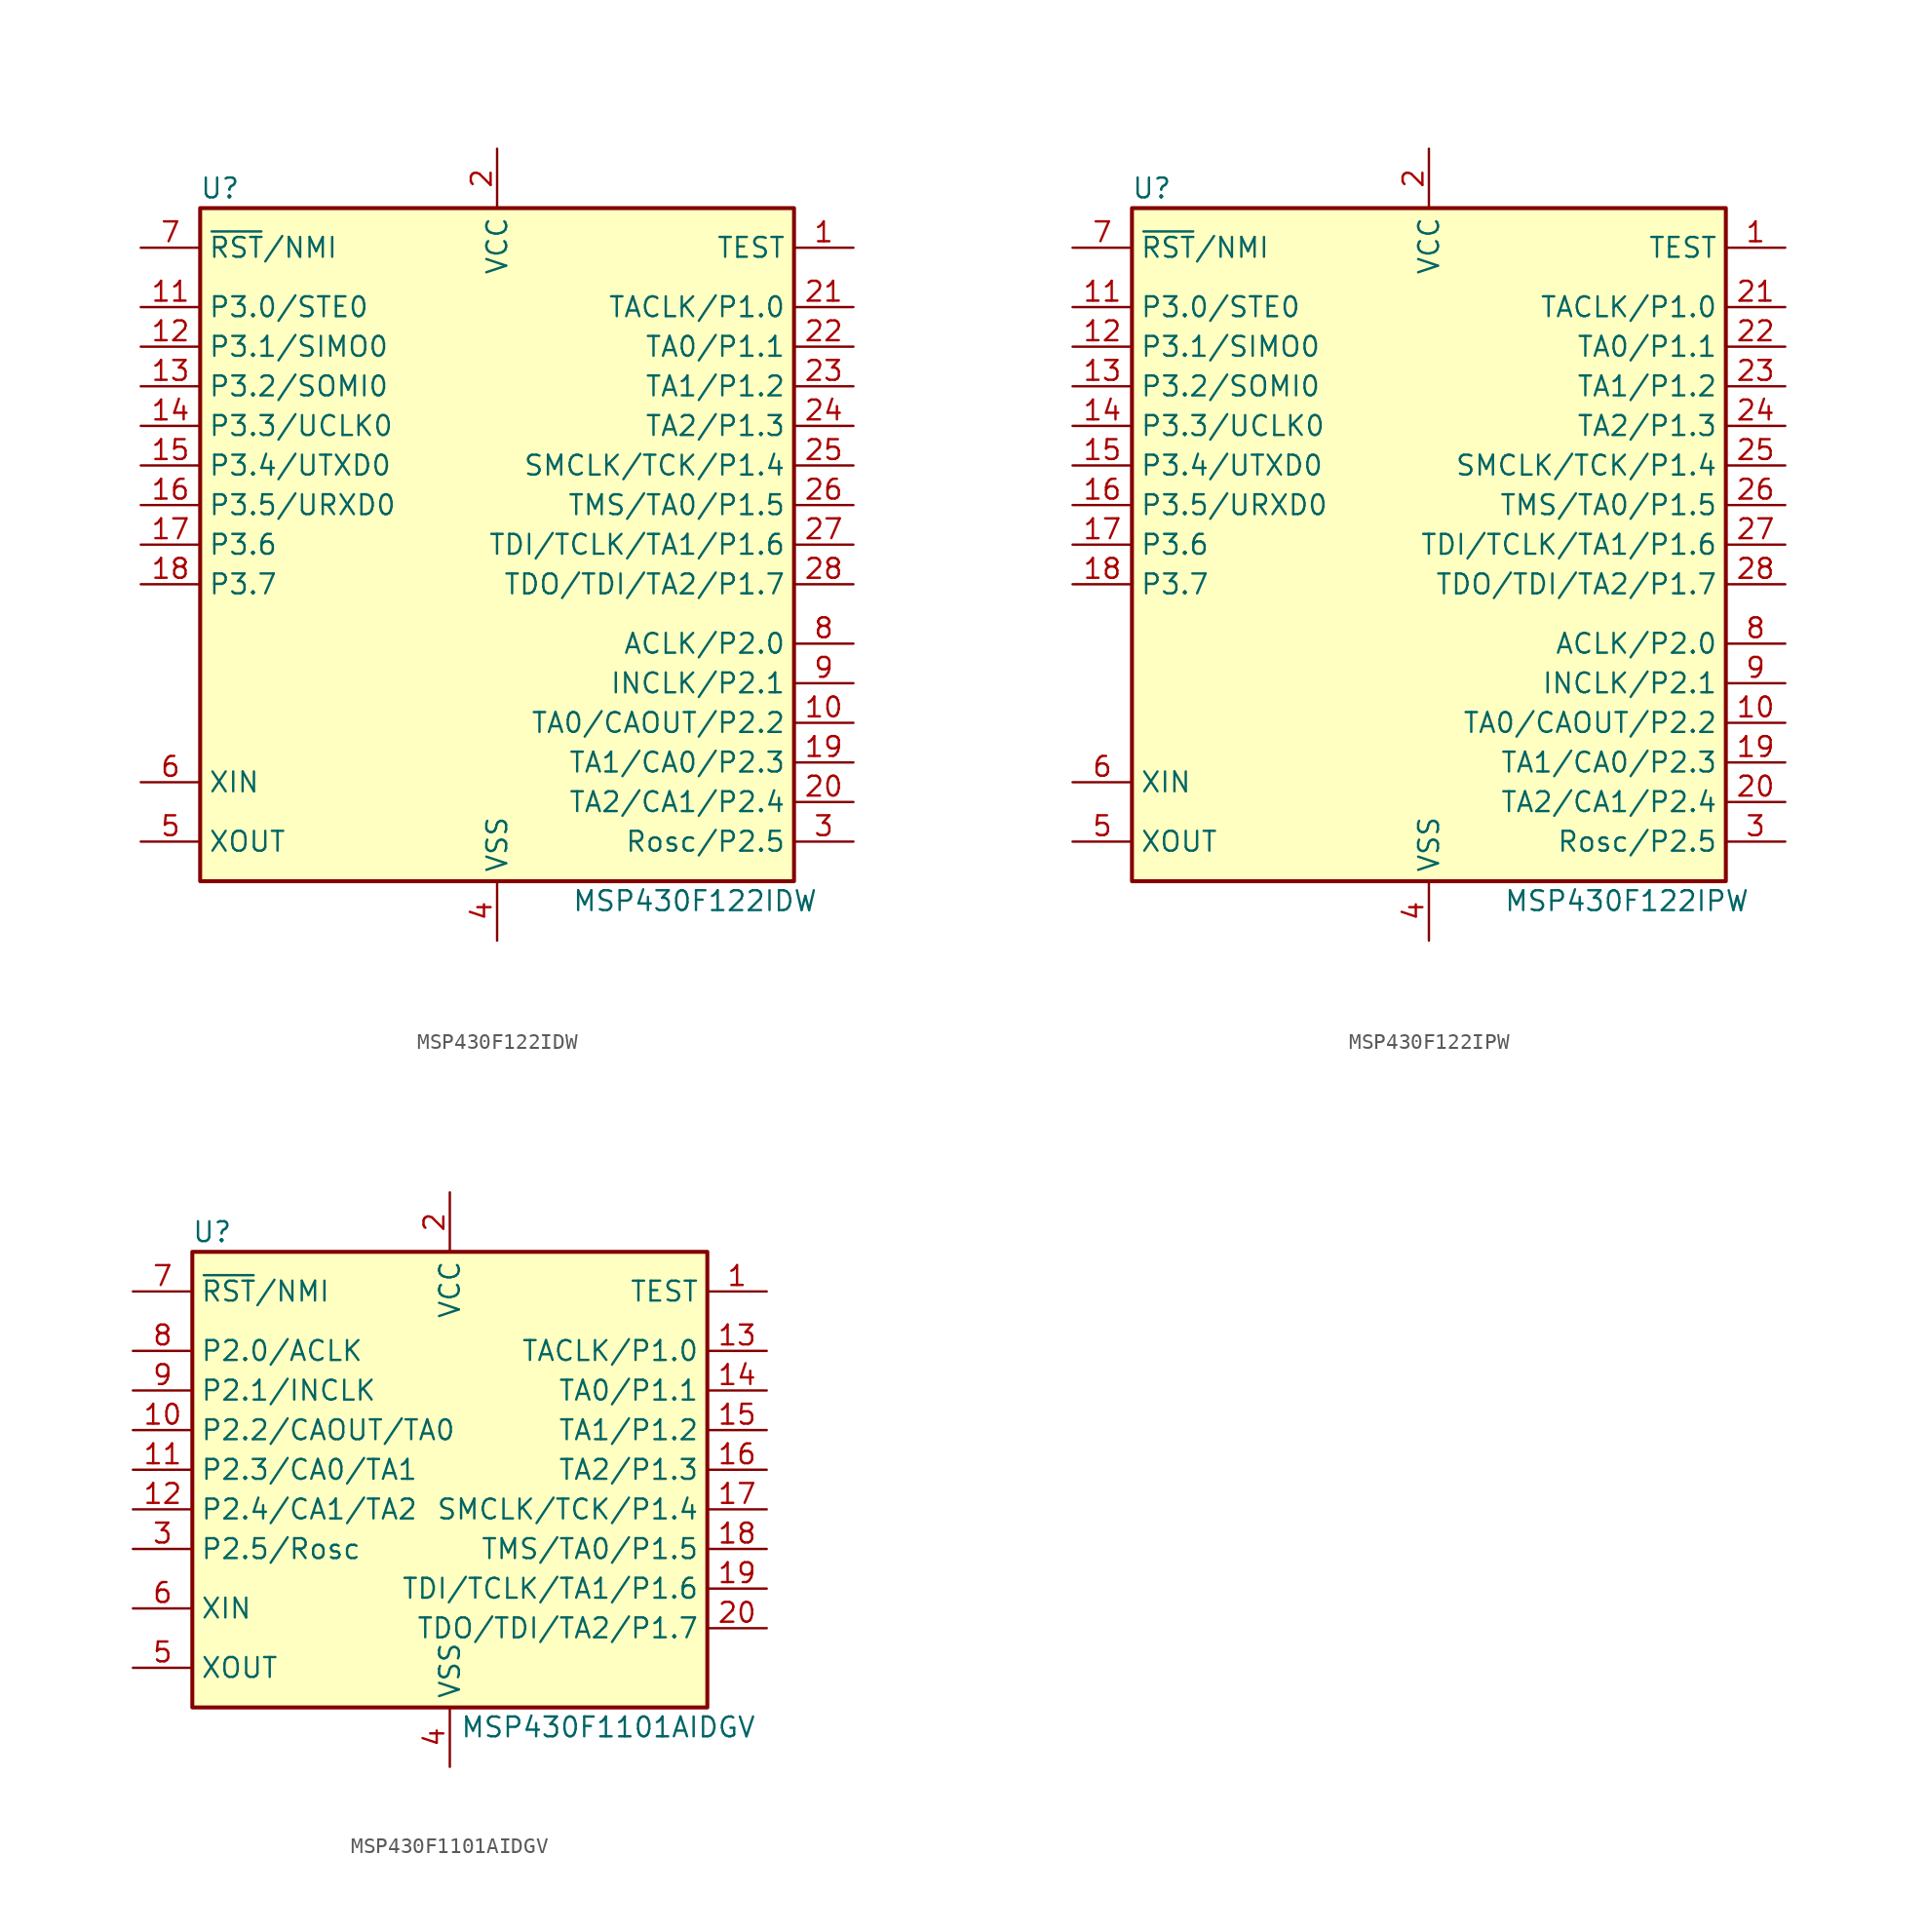
<source format=kicad_sym>
(kicad_symbol_lib
  (version 20231120)
  (generator "kicad_symbol_editor")
  (generator_version "8.0")
  (symbol "MSP430F122IDW"
    (property "Reference" "U"
      (at -17.78 22.86 0)
      (effects (font (size 1.27 1.27))))
    (property "Value" "MSP430F122IDW"
      (at 12.7 -22.86 0)
      (effects (font (size 1.27 1.27))))
    (symbol "MSP430F122IDW_0_1"
      (rectangle (start -19.05 21.59) (end 19.05 -21.59) (stroke (width 0.254) (type default)) (fill (type background))))
    (symbol "MSP430F122IDW_1_1"
      (pin input line (at 22.86 19.05 180) (length 3.81) (name "TEST" (effects (font (size 1.27 1.27)))) (number "1" (effects (font (size 1.27 1.27)))))
      (pin bidirectional line (at 22.86 -11.43 180) (length 3.81) (name "TA0/CAOUT/P2.2" (effects (font (size 1.27 1.27)))) (number "10" (effects (font (size 1.27 1.27)))))
      (pin bidirectional line (at -22.86 15.24 0) (length 3.81) (name "P3.0/STE0" (effects (font (size 1.27 1.27)))) (number "11" (effects (font (size 1.27 1.27)))))
      (pin bidirectional line (at -22.86 12.7 0) (length 3.81) (name "P3.1/SIMO0" (effects (font (size 1.27 1.27)))) (number "12" (effects (font (size 1.27 1.27)))))
      (pin bidirectional line (at -22.86 10.16 0) (length 3.81) (name "P3.2/SOMI0" (effects (font (size 1.27 1.27)))) (number "13" (effects (font (size 1.27 1.27)))))
      (pin bidirectional line (at -22.86 7.62 0) (length 3.81) (name "P3.3/UCLK0" (effects (font (size 1.27 1.27)))) (number "14" (effects (font (size 1.27 1.27)))))
      (pin bidirectional line (at -22.86 5.08 0) (length 3.81) (name "P3.4/UTXD0" (effects (font (size 1.27 1.27)))) (number "15" (effects (font (size 1.27 1.27)))))
      (pin bidirectional line (at -22.86 2.54 0) (length 3.81) (name "P3.5/URXD0" (effects (font (size 1.27 1.27)))) (number "16" (effects (font (size 1.27 1.27)))))
      (pin bidirectional line (at -22.86 0 0) (length 3.81) (name "P3.6" (effects (font (size 1.27 1.27)))) (number "17" (effects (font (size 1.27 1.27)))))
      (pin bidirectional line (at -22.86 -2.54 0) (length 3.81) (name "P3.7" (effects (font (size 1.27 1.27)))) (number "18" (effects (font (size 1.27 1.27)))))
      (pin bidirectional line (at 22.86 -13.97 180) (length 3.81) (name "TA1/CA0/P2.3" (effects (font (size 1.27 1.27)))) (number "19" (effects (font (size 1.27 1.27)))))
      (pin power_in line (at 0 25.4 270) (length 3.81) (name "VCC" (effects (font (size 1.27 1.27)))) (number "2" (effects (font (size 1.27 1.27)))))
      (pin bidirectional line (at 22.86 -16.51 180) (length 3.81) (name "TA2/CA1/P2.4" (effects (font (size 1.27 1.27)))) (number "20" (effects (font (size 1.27 1.27)))))
      (pin bidirectional line (at 22.86 15.24 180) (length 3.81) (name "TACLK/P1.0" (effects (font (size 1.27 1.27)))) (number "21" (effects (font (size 1.27 1.27)))))
      (pin bidirectional line (at 22.86 12.7 180) (length 3.81) (name "TA0/P1.1" (effects (font (size 1.27 1.27)))) (number "22" (effects (font (size 1.27 1.27)))))
      (pin bidirectional line (at 22.86 10.16 180) (length 3.81) (name "TA1/P1.2" (effects (font (size 1.27 1.27)))) (number "23" (effects (font (size 1.27 1.27)))))
      (pin bidirectional line (at 22.86 7.62 180) (length 3.81) (name "TA2/P1.3" (effects (font (size 1.27 1.27)))) (number "24" (effects (font (size 1.27 1.27)))))
      (pin bidirectional line (at 22.86 5.08 180) (length 3.81) (name "SMCLK/TCK/P1.4" (effects (font (size 1.27 1.27)))) (number "25" (effects (font (size 1.27 1.27)))))
      (pin bidirectional line (at 22.86 2.54 180) (length 3.81) (name "TMS/TA0/P1.5" (effects (font (size 1.27 1.27)))) (number "26" (effects (font (size 1.27 1.27)))))
      (pin bidirectional line (at 22.86 0 180) (length 3.81) (name "TDI/TCLK/TA1/P1.6" (effects (font (size 1.27 1.27)))) (number "27" (effects (font (size 1.27 1.27)))))
      (pin bidirectional line (at 22.86 -2.54 180) (length 3.81) (name "TDO/TDI/TA2/P1.7" (effects (font (size 1.27 1.27)))) (number "28" (effects (font (size 1.27 1.27)))))
      (pin bidirectional line (at 22.86 -19.05 180) (length 3.81) (name "Rosc/P2.5" (effects (font (size 1.27 1.27)))) (number "3" (effects (font (size 1.27 1.27)))))
      (pin power_in line (at 0 -25.4 90) (length 3.81) (name "VSS" (effects (font (size 1.27 1.27)))) (number "4" (effects (font (size 1.27 1.27)))))
      (pin output line (at -22.86 -19.05 0) (length 3.81) (name "XOUT" (effects (font (size 1.27 1.27)))) (number "5" (effects (font (size 1.27 1.27)))))
      (pin input line (at -22.86 -15.24 0) (length 3.81) (name "XIN" (effects (font (size 1.27 1.27)))) (number "6" (effects (font (size 1.27 1.27)))))
      (pin input line (at -22.86 19.05 0) (length 3.81) (name "~{RST}/NMI" (effects (font (size 1.27 1.27)))) (number "7" (effects (font (size 1.27 1.27)))))
      (pin bidirectional line (at 22.86 -6.35 180) (length 3.81) (name "ACLK/P2.0" (effects (font (size 1.27 1.27)))) (number "8" (effects (font (size 1.27 1.27)))))
      (pin bidirectional line (at 22.86 -8.89 180) (length 3.81) (name "INCLK/P2.1" (effects (font (size 1.27 1.27)))) (number "9" (effects (font (size 1.27 1.27)))))))
  (symbol "MSP430F122IPW"
    (property "Reference" "U"
      (at -17.78 22.86 0)
      (effects (font (size 1.27 1.27))))
    (property "Value" "MSP430F122IPW"
      (at 12.7 -22.86 0)
      (effects (font (size 1.27 1.27))))
    (symbol "MSP430F122IPW_0_1"
      (rectangle (start -19.05 21.59) (end 19.05 -21.59) (stroke (width 0.254) (type default)) (fill (type background))))
    (symbol "MSP430F122IPW_1_1"
      (pin input line (at 22.86 19.05 180) (length 3.81) (name "TEST" (effects (font (size 1.27 1.27)))) (number "1" (effects (font (size 1.27 1.27)))))
      (pin bidirectional line (at 22.86 -11.43 180) (length 3.81) (name "TA0/CAOUT/P2.2" (effects (font (size 1.27 1.27)))) (number "10" (effects (font (size 1.27 1.27)))))
      (pin bidirectional line (at -22.86 15.24 0) (length 3.81) (name "P3.0/STE0" (effects (font (size 1.27 1.27)))) (number "11" (effects (font (size 1.27 1.27)))))
      (pin bidirectional line (at -22.86 12.7 0) (length 3.81) (name "P3.1/SIMO0" (effects (font (size 1.27 1.27)))) (number "12" (effects (font (size 1.27 1.27)))))
      (pin bidirectional line (at -22.86 10.16 0) (length 3.81) (name "P3.2/SOMI0" (effects (font (size 1.27 1.27)))) (number "13" (effects (font (size 1.27 1.27)))))
      (pin bidirectional line (at -22.86 7.62 0) (length 3.81) (name "P3.3/UCLK0" (effects (font (size 1.27 1.27)))) (number "14" (effects (font (size 1.27 1.27)))))
      (pin bidirectional line (at -22.86 5.08 0) (length 3.81) (name "P3.4/UTXD0" (effects (font (size 1.27 1.27)))) (number "15" (effects (font (size 1.27 1.27)))))
      (pin bidirectional line (at -22.86 2.54 0) (length 3.81) (name "P3.5/URXD0" (effects (font (size 1.27 1.27)))) (number "16" (effects (font (size 1.27 1.27)))))
      (pin bidirectional line (at -22.86 0 0) (length 3.81) (name "P3.6" (effects (font (size 1.27 1.27)))) (number "17" (effects (font (size 1.27 1.27)))))
      (pin bidirectional line (at -22.86 -2.54 0) (length 3.81) (name "P3.7" (effects (font (size 1.27 1.27)))) (number "18" (effects (font (size 1.27 1.27)))))
      (pin bidirectional line (at 22.86 -13.97 180) (length 3.81) (name "TA1/CA0/P2.3" (effects (font (size 1.27 1.27)))) (number "19" (effects (font (size 1.27 1.27)))))
      (pin power_in line (at 0 25.4 270) (length 3.81) (name "VCC" (effects (font (size 1.27 1.27)))) (number "2" (effects (font (size 1.27 1.27)))))
      (pin bidirectional line (at 22.86 -16.51 180) (length 3.81) (name "TA2/CA1/P2.4" (effects (font (size 1.27 1.27)))) (number "20" (effects (font (size 1.27 1.27)))))
      (pin bidirectional line (at 22.86 15.24 180) (length 3.81) (name "TACLK/P1.0" (effects (font (size 1.27 1.27)))) (number "21" (effects (font (size 1.27 1.27)))))
      (pin bidirectional line (at 22.86 12.7 180) (length 3.81) (name "TA0/P1.1" (effects (font (size 1.27 1.27)))) (number "22" (effects (font (size 1.27 1.27)))))
      (pin bidirectional line (at 22.86 10.16 180) (length 3.81) (name "TA1/P1.2" (effects (font (size 1.27 1.27)))) (number "23" (effects (font (size 1.27 1.27)))))
      (pin bidirectional line (at 22.86 7.62 180) (length 3.81) (name "TA2/P1.3" (effects (font (size 1.27 1.27)))) (number "24" (effects (font (size 1.27 1.27)))))
      (pin bidirectional line (at 22.86 5.08 180) (length 3.81) (name "SMCLK/TCK/P1.4" (effects (font (size 1.27 1.27)))) (number "25" (effects (font (size 1.27 1.27)))))
      (pin bidirectional line (at 22.86 2.54 180) (length 3.81) (name "TMS/TA0/P1.5" (effects (font (size 1.27 1.27)))) (number "26" (effects (font (size 1.27 1.27)))))
      (pin bidirectional line (at 22.86 0 180) (length 3.81) (name "TDI/TCLK/TA1/P1.6" (effects (font (size 1.27 1.27)))) (number "27" (effects (font (size 1.27 1.27)))))
      (pin bidirectional line (at 22.86 -2.54 180) (length 3.81) (name "TDO/TDI/TA2/P1.7" (effects (font (size 1.27 1.27)))) (number "28" (effects (font (size 1.27 1.27)))))
      (pin bidirectional line (at 22.86 -19.05 180) (length 3.81) (name "Rosc/P2.5" (effects (font (size 1.27 1.27)))) (number "3" (effects (font (size 1.27 1.27)))))
      (pin power_in line (at 0 -25.4 90) (length 3.81) (name "VSS" (effects (font (size 1.27 1.27)))) (number "4" (effects (font (size 1.27 1.27)))))
      (pin output line (at -22.86 -19.05 0) (length 3.81) (name "XOUT" (effects (font (size 1.27 1.27)))) (number "5" (effects (font (size 1.27 1.27)))))
      (pin input line (at -22.86 -15.24 0) (length 3.81) (name "XIN" (effects (font (size 1.27 1.27)))) (number "6" (effects (font (size 1.27 1.27)))))
      (pin input line (at -22.86 19.05 0) (length 3.81) (name "~{RST}/NMI" (effects (font (size 1.27 1.27)))) (number "7" (effects (font (size 1.27 1.27)))))
      (pin bidirectional line (at 22.86 -6.35 180) (length 3.81) (name "ACLK/P2.0" (effects (font (size 1.27 1.27)))) (number "8" (effects (font (size 1.27 1.27)))))
      (pin bidirectional line (at 22.86 -8.89 180) (length 3.81) (name "INCLK/P2.1" (effects (font (size 1.27 1.27)))) (number "9" (effects (font (size 1.27 1.27)))))))
  (symbol "MSP430F1101AIDGV"
    (property "Reference" "U"
      (at -15.24 15.24 0)
      (effects (font (size 1.27 1.27))))
    (property "Value" "MSP430F1101AIDGV"
      (at 10.16 -16.51 0)
      (effects (font (size 1.27 1.27))))
    (symbol "MSP430F1101AIDGV_0_1"
      (rectangle (start -16.51 13.97) (end 16.51 -15.24) (stroke (width 0.254) (type default)) (fill (type background))))
    (symbol "MSP430F1101AIDGV_1_1"
      (pin input line (at 20.32 11.43 180) (length 3.81) (name "TEST" (effects (font (size 1.27 1.27)))) (number "1" (effects (font (size 1.27 1.27)))))
      (pin bidirectional line (at -20.32 2.54 0) (length 3.81) (name "P2.2/CAOUT/TA0" (effects (font (size 1.27 1.27)))) (number "10" (effects (font (size 1.27 1.27)))))
      (pin bidirectional line (at -20.32 0 0) (length 3.81) (name "P2.3/CA0/TA1" (effects (font (size 1.27 1.27)))) (number "11" (effects (font (size 1.27 1.27)))))
      (pin bidirectional line (at -20.32 -2.54 0) (length 3.81) (name "P2.4/CA1/TA2" (effects (font (size 1.27 1.27)))) (number "12" (effects (font (size 1.27 1.27)))))
      (pin bidirectional line (at 20.32 7.62 180) (length 3.81) (name "TACLK/P1.0" (effects (font (size 1.27 1.27)))) (number "13" (effects (font (size 1.27 1.27)))))
      (pin bidirectional line (at 20.32 5.08 180) (length 3.81) (name "TA0/P1.1" (effects (font (size 1.27 1.27)))) (number "14" (effects (font (size 1.27 1.27)))))
      (pin bidirectional line (at 20.32 2.54 180) (length 3.81) (name "TA1/P1.2" (effects (font (size 1.27 1.27)))) (number "15" (effects (font (size 1.27 1.27)))))
      (pin bidirectional line (at 20.32 0 180) (length 3.81) (name "TA2/P1.3" (effects (font (size 1.27 1.27)))) (number "16" (effects (font (size 1.27 1.27)))))
      (pin bidirectional line (at 20.32 -2.54 180) (length 3.81) (name "SMCLK/TCK/P1.4" (effects (font (size 1.27 1.27)))) (number "17" (effects (font (size 1.27 1.27)))))
      (pin bidirectional line (at 20.32 -5.08 180) (length 3.81) (name "TMS/TA0/P1.5" (effects (font (size 1.27 1.27)))) (number "18" (effects (font (size 1.27 1.27)))))
      (pin bidirectional line (at 20.32 -7.62 180) (length 3.81) (name "TDI/TCLK/TA1/P1.6" (effects (font (size 1.27 1.27)))) (number "19" (effects (font (size 1.27 1.27)))))
      (pin power_in line (at 0 17.78 270) (length 3.81) (name "VCC" (effects (font (size 1.27 1.27)))) (number "2" (effects (font (size 1.27 1.27)))))
      (pin bidirectional line (at 20.32 -10.16 180) (length 3.81) (name "TDO/TDI/TA2/P1.7" (effects (font (size 1.27 1.27)))) (number "20" (effects (font (size 1.27 1.27)))))
      (pin bidirectional line (at -20.32 -5.08 0) (length 3.81) (name "P2.5/Rosc" (effects (font (size 1.27 1.27)))) (number "3" (effects (font (size 1.27 1.27)))))
      (pin power_in line (at 0 -19.05 90) (length 3.81) (name "VSS" (effects (font (size 1.27 1.27)))) (number "4" (effects (font (size 1.27 1.27)))))
      (pin output line (at -20.32 -12.7 0) (length 3.81) (name "XOUT" (effects (font (size 1.27 1.27)))) (number "5" (effects (font (size 1.27 1.27)))))
      (pin input line (at -20.32 -8.89 0) (length 3.81) (name "XIN" (effects (font (size 1.27 1.27)))) (number "6" (effects (font (size 1.27 1.27)))))
      (pin input line (at -20.32 11.43 0) (length 3.81) (name "~{RST}/NMI" (effects (font (size 1.27 1.27)))) (number "7" (effects (font (size 1.27 1.27)))))
      (pin bidirectional line (at -20.32 7.62 0) (length 3.81) (name "P2.0/ACLK" (effects (font (size 1.27 1.27)))) (number "8" (effects (font (size 1.27 1.27)))))
      (pin bidirectional line (at -20.32 5.08 0) (length 3.81) (name "P2.1/INCLK" (effects (font (size 1.27 1.27)))) (number "9" (effects (font (size 1.27 1.27))))))))
</source>
